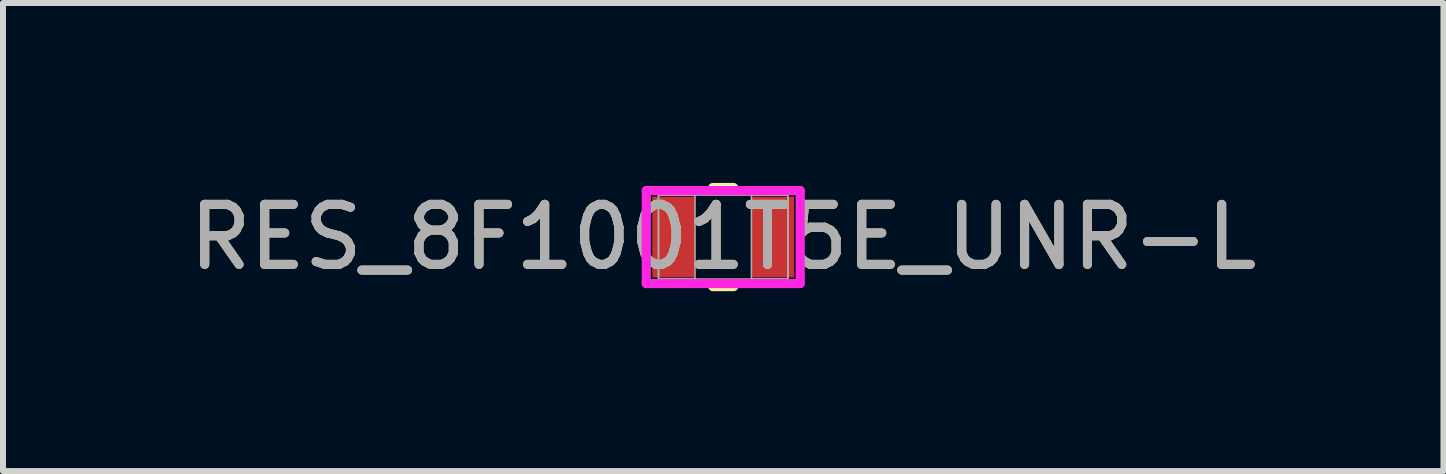
<source format=kicad_pcb>
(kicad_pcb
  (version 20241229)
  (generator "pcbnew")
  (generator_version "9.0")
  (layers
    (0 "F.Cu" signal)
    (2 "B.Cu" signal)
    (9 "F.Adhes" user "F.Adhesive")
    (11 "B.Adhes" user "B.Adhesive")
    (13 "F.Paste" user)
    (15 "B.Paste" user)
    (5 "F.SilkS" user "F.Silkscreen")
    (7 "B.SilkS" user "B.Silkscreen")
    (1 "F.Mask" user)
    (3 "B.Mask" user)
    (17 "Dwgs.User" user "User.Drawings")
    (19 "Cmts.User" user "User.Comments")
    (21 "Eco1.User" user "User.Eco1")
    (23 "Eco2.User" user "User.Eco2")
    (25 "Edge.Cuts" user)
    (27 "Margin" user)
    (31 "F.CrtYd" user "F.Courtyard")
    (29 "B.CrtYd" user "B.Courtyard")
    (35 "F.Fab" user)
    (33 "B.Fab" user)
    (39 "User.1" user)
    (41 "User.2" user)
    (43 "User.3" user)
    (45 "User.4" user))
  (footprint "RES_8F1001T5E_UNR-L"
    (layer "F.Cu")
    (at 9.006 0.902)
    (property "Reference" "RES_8F1001T5E_UNR-L" (at 0 0 0) (unlocked yes) (layer "F.SilkS") (effects (font (size 1 1) (thickness 0.15))))
    (attr smd)
    (fp_line (start -0.174 0.826) (end 0.174 0.826) (stroke (width 0.152) (type solid)) (layer "F.SilkS"))
    (fp_line (start 0.174 -0.826) (end -0.174 -0.826) (stroke (width 0.152) (type solid)) (layer "F.SilkS"))
    (fp_line (start -1.283 -0.775) (end 1.283 -0.775) (stroke (width 0.152) (type solid)) (layer "F.CrtYd"))
    (fp_line (start -1.283 0.775) (end -1.283 -0.775) (stroke (width 0.152) (type solid)) (layer "F.CrtYd"))
    (fp_line (start 1.283 -0.775) (end 1.283 0.775) (stroke (width 0.152) (type solid)) (layer "F.CrtYd"))
    (fp_line (start 1.283 0.775) (end -1.283 0.775) (stroke (width 0.152) (type solid)) (layer "F.CrtYd"))
    (fp_line (start -1.079 -0.699) (end -1.079 0.699) (stroke (width 0.025) (type solid)) (layer "F.Fab"))
    (fp_line (start -1.079 -0.699) (end -1.079 0.699) (stroke (width 0.025) (type solid)) (layer "F.Fab"))
    (fp_line (start -1.079 0.699) (end -0.47 0.699) (stroke (width 0.025) (type solid)) (layer "F.Fab"))
    (fp_line (start -1.079 0.699) (end 1.079 0.699) (stroke (width 0.025) (type solid)) (layer "F.Fab"))
    (fp_line (start -0.47 -0.699) (end -1.079 -0.699) (stroke (width 0.025) (type solid)) (layer "F.Fab"))
    (fp_line (start -0.47 0.699) (end -0.47 -0.699) (stroke (width 0.025) (type solid)) (layer "F.Fab"))
    (fp_line (start 0.47 -0.699) (end 0.47 0.699) (stroke (width 0.025) (type solid)) (layer "F.Fab"))
    (fp_line (start 0.47 0.699) (end 1.079 0.699) (stroke (width 0.025) (type solid)) (layer "F.Fab"))
    (fp_line (start 1.079 -0.699) (end -1.079 -0.699) (stroke (width 0.025) (type solid)) (layer "F.Fab"))
    (fp_line (start 1.079 -0.699) (end 0.47 -0.699) (stroke (width 0.025) (type solid)) (layer "F.Fab"))
    (fp_line (start 1.079 0.699) (end 1.079 -0.699) (stroke (width 0.025) (type solid)) (layer "F.Fab"))
    (fp_line (start 1.079 0.699) (end 1.079 -0.699) (stroke (width 0.025) (type solid)) (layer "F.Fab"))
    (fp_text user "${REFERENCE}" (at 0 0 0) (unlocked yes) (layer "F.Fab") (effects (font (size 1 1) (thickness 0.15))))
    (pad "1" smd rect (at -0.826 0) (size 0.711 1.346) (layers "F.Cu" "F.Mask" "F.Paste"))
    (pad "2" smd rect (at 0.826 0) (size 0.711 1.346) (layers "F.Cu" "F.Mask" "F.Paste"))
    (zone (net_name "") (layer "F.Cu") (hatch full 0.508) (connect_pads) (min_thickness 0.254) (filled_areas_thickness no) (keepout (tracks not_allowed) (vias not_allowed) (pads allowed) (copperpour not_allowed) (footprints allowed)) (placement (enabled no)) (fill) (polygon (pts (xy 8.587 0.254) (xy 9.425 0.254) (xy 9.425 1.549) (xy 8.587 1.549)))))
  (gr_rect
    (start -3 -3)
    (end 21.012 4.803)
    (stroke (width 0.1) (type default))
    (fill no)
    (layer "Edge.Cuts")))
</source>
